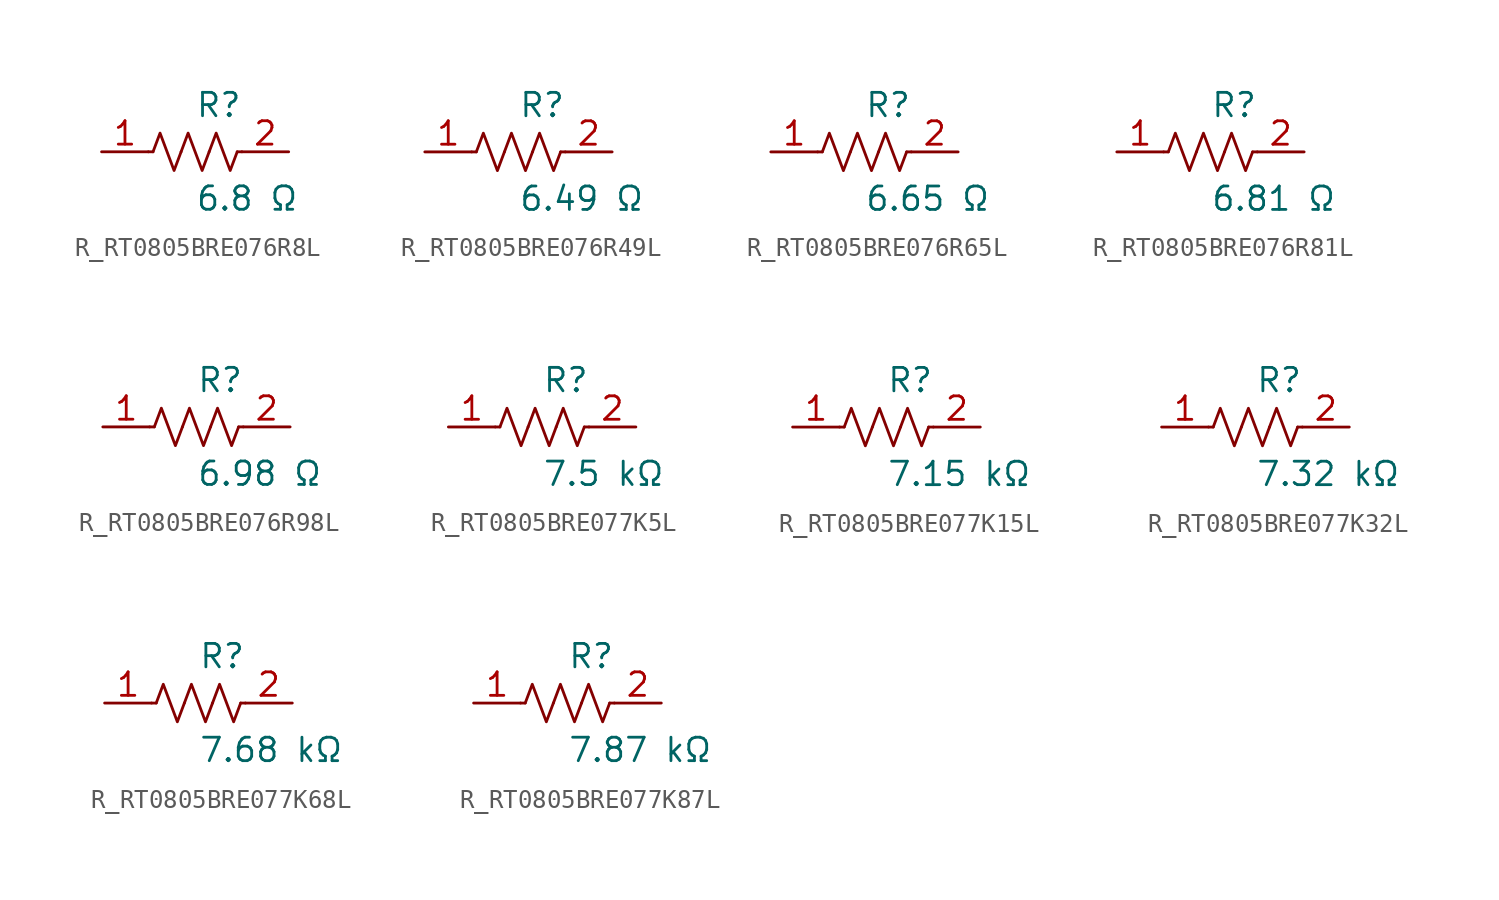
<source format=kicad_sym>
(kicad_symbol_lib
  (version 20231120)
  (generator kicad_symbol_editor)
  (generator_version 8.0)
  (symbol "R_RT0805BRE076R8L"
    (pin_names
      (offset 0.254))
    (property "Reference" "R"
      (at 0.0 2.54 0)
      (effects (font (size 1.27 1.27)) (justify left)))
    (property "Value" "6.8 Ω"
      (at 0.0 -2.54 0)
      (effects (font (size 1.27 1.27)) (justify left)))
    (symbol "R_RT0805BRE076R8L_0_1"
      (polyline (pts (xy 2.286 0) (xy 2.54 0)) (stroke (width 0) (type default)) (fill (type none)))
      (polyline (pts (xy -2.286 0) (xy -2.54 0)) (stroke (width 0) (type default)) (fill (type none)))
      (polyline (pts (xy 0.762 0) (xy 1.143 1.016) (xy 1.524 0) (xy 1.905 -1.016) (xy 2.286 0)) (stroke (width 0) (type default)) (fill (type none)))
      (polyline (pts (xy -0.762 0) (xy -0.381 1.016) (xy 0 0) (xy 0.381 -1.016) (xy 0.762 0)) (stroke (width 0) (type default)) (fill (type none)))
      (polyline (pts (xy -2.286 0) (xy -1.905 1.016) (xy -1.524 0) (xy -1.143 -1.016) (xy -0.762 0)) (stroke (width 0) (type default)) (fill (type none))))
    (pin unspecified line
      (at -5.08 0 0)
      (length 2.54)
      (name "" (effects (font (size 1.27 1.27))))
      (number "1" (effects (font (size 1.27 1.27)))))
    (pin unspecified line
      (at 5.08 0 180)
      (length 2.54)
      (name "" (effects (font (size 1.27 1.27))))
      (number "2" (effects (font (size 1.27 1.27))))))
  (symbol "R_RT0805BRE076R49L"
    (pin_names
      (offset 0.254))
    (property "Reference" "R"
      (at 0.0 2.54 0)
      (effects (font (size 1.27 1.27)) (justify left)))
    (property "Value" "6.49 Ω"
      (at 0.0 -2.54 0)
      (effects (font (size 1.27 1.27)) (justify left)))
    (symbol "R_RT0805BRE076R49L_0_1"
      (polyline (pts (xy 2.286 0) (xy 2.54 0)) (stroke (width 0) (type default)) (fill (type none)))
      (polyline (pts (xy -2.286 0) (xy -2.54 0)) (stroke (width 0) (type default)) (fill (type none)))
      (polyline (pts (xy 0.762 0) (xy 1.143 1.016) (xy 1.524 0) (xy 1.905 -1.016) (xy 2.286 0)) (stroke (width 0) (type default)) (fill (type none)))
      (polyline (pts (xy -0.762 0) (xy -0.381 1.016) (xy 0 0) (xy 0.381 -1.016) (xy 0.762 0)) (stroke (width 0) (type default)) (fill (type none)))
      (polyline (pts (xy -2.286 0) (xy -1.905 1.016) (xy -1.524 0) (xy -1.143 -1.016) (xy -0.762 0)) (stroke (width 0) (type default)) (fill (type none))))
    (pin unspecified line
      (at -5.08 0 0)
      (length 2.54)
      (name "" (effects (font (size 1.27 1.27))))
      (number "1" (effects (font (size 1.27 1.27)))))
    (pin unspecified line
      (at 5.08 0 180)
      (length 2.54)
      (name "" (effects (font (size 1.27 1.27))))
      (number "2" (effects (font (size 1.27 1.27))))))
  (symbol "R_RT0805BRE076R65L"
    (pin_names
      (offset 0.254))
    (property "Reference" "R"
      (at 0.0 2.54 0)
      (effects (font (size 1.27 1.27)) (justify left)))
    (property "Value" "6.65 Ω"
      (at 0.0 -2.54 0)
      (effects (font (size 1.27 1.27)) (justify left)))
    (symbol "R_RT0805BRE076R65L_0_1"
      (polyline (pts (xy 2.286 0) (xy 2.54 0)) (stroke (width 0) (type default)) (fill (type none)))
      (polyline (pts (xy -2.286 0) (xy -2.54 0)) (stroke (width 0) (type default)) (fill (type none)))
      (polyline (pts (xy 0.762 0) (xy 1.143 1.016) (xy 1.524 0) (xy 1.905 -1.016) (xy 2.286 0)) (stroke (width 0) (type default)) (fill (type none)))
      (polyline (pts (xy -0.762 0) (xy -0.381 1.016) (xy 0 0) (xy 0.381 -1.016) (xy 0.762 0)) (stroke (width 0) (type default)) (fill (type none)))
      (polyline (pts (xy -2.286 0) (xy -1.905 1.016) (xy -1.524 0) (xy -1.143 -1.016) (xy -0.762 0)) (stroke (width 0) (type default)) (fill (type none))))
    (pin unspecified line
      (at -5.08 0 0)
      (length 2.54)
      (name "" (effects (font (size 1.27 1.27))))
      (number "1" (effects (font (size 1.27 1.27)))))
    (pin unspecified line
      (at 5.08 0 180)
      (length 2.54)
      (name "" (effects (font (size 1.27 1.27))))
      (number "2" (effects (font (size 1.27 1.27))))))
  (symbol "R_RT0805BRE076R81L"
    (pin_names
      (offset 0.254))
    (property "Reference" "R"
      (at 0.0 2.54 0)
      (effects (font (size 1.27 1.27)) (justify left)))
    (property "Value" "6.81 Ω"
      (at 0.0 -2.54 0)
      (effects (font (size 1.27 1.27)) (justify left)))
    (symbol "R_RT0805BRE076R81L_0_1"
      (polyline (pts (xy 2.286 0) (xy 2.54 0)) (stroke (width 0) (type default)) (fill (type none)))
      (polyline (pts (xy -2.286 0) (xy -2.54 0)) (stroke (width 0) (type default)) (fill (type none)))
      (polyline (pts (xy 0.762 0) (xy 1.143 1.016) (xy 1.524 0) (xy 1.905 -1.016) (xy 2.286 0)) (stroke (width 0) (type default)) (fill (type none)))
      (polyline (pts (xy -0.762 0) (xy -0.381 1.016) (xy 0 0) (xy 0.381 -1.016) (xy 0.762 0)) (stroke (width 0) (type default)) (fill (type none)))
      (polyline (pts (xy -2.286 0) (xy -1.905 1.016) (xy -1.524 0) (xy -1.143 -1.016) (xy -0.762 0)) (stroke (width 0) (type default)) (fill (type none))))
    (pin unspecified line
      (at -5.08 0 0)
      (length 2.54)
      (name "" (effects (font (size 1.27 1.27))))
      (number "1" (effects (font (size 1.27 1.27)))))
    (pin unspecified line
      (at 5.08 0 180)
      (length 2.54)
      (name "" (effects (font (size 1.27 1.27))))
      (number "2" (effects (font (size 1.27 1.27))))))
  (symbol "R_RT0805BRE076R98L"
    (pin_names
      (offset 0.254))
    (property "Reference" "R"
      (at 0.0 2.54 0)
      (effects (font (size 1.27 1.27)) (justify left)))
    (property "Value" "6.98 Ω"
      (at 0.0 -2.54 0)
      (effects (font (size 1.27 1.27)) (justify left)))
    (symbol "R_RT0805BRE076R98L_0_1"
      (polyline (pts (xy 2.286 0) (xy 2.54 0)) (stroke (width 0) (type default)) (fill (type none)))
      (polyline (pts (xy -2.286 0) (xy -2.54 0)) (stroke (width 0) (type default)) (fill (type none)))
      (polyline (pts (xy 0.762 0) (xy 1.143 1.016) (xy 1.524 0) (xy 1.905 -1.016) (xy 2.286 0)) (stroke (width 0) (type default)) (fill (type none)))
      (polyline (pts (xy -0.762 0) (xy -0.381 1.016) (xy 0 0) (xy 0.381 -1.016) (xy 0.762 0)) (stroke (width 0) (type default)) (fill (type none)))
      (polyline (pts (xy -2.286 0) (xy -1.905 1.016) (xy -1.524 0) (xy -1.143 -1.016) (xy -0.762 0)) (stroke (width 0) (type default)) (fill (type none))))
    (pin unspecified line
      (at -5.08 0 0)
      (length 2.54)
      (name "" (effects (font (size 1.27 1.27))))
      (number "1" (effects (font (size 1.27 1.27)))))
    (pin unspecified line
      (at 5.08 0 180)
      (length 2.54)
      (name "" (effects (font (size 1.27 1.27))))
      (number "2" (effects (font (size 1.27 1.27))))))
  (symbol "R_RT0805BRE077K5L"
    (pin_names
      (offset 0.254))
    (property "Reference" "R"
      (at 0.0 2.54 0)
      (effects (font (size 1.27 1.27)) (justify left)))
    (property "Value" "7.5 kΩ"
      (at 0.0 -2.54 0)
      (effects (font (size 1.27 1.27)) (justify left)))
    (symbol "R_RT0805BRE077K5L_0_1"
      (polyline (pts (xy 2.286 0) (xy 2.54 0)) (stroke (width 0) (type default)) (fill (type none)))
      (polyline (pts (xy -2.286 0) (xy -2.54 0)) (stroke (width 0) (type default)) (fill (type none)))
      (polyline (pts (xy 0.762 0) (xy 1.143 1.016) (xy 1.524 0) (xy 1.905 -1.016) (xy 2.286 0)) (stroke (width 0) (type default)) (fill (type none)))
      (polyline (pts (xy -0.762 0) (xy -0.381 1.016) (xy 0 0) (xy 0.381 -1.016) (xy 0.762 0)) (stroke (width 0) (type default)) (fill (type none)))
      (polyline (pts (xy -2.286 0) (xy -1.905 1.016) (xy -1.524 0) (xy -1.143 -1.016) (xy -0.762 0)) (stroke (width 0) (type default)) (fill (type none))))
    (pin unspecified line
      (at -5.08 0 0)
      (length 2.54)
      (name "" (effects (font (size 1.27 1.27))))
      (number "1" (effects (font (size 1.27 1.27)))))
    (pin unspecified line
      (at 5.08 0 180)
      (length 2.54)
      (name "" (effects (font (size 1.27 1.27))))
      (number "2" (effects (font (size 1.27 1.27))))))
  (symbol "R_RT0805BRE077K15L"
    (pin_names
      (offset 0.254))
    (property "Reference" "R"
      (at 0.0 2.54 0)
      (effects (font (size 1.27 1.27)) (justify left)))
    (property "Value" "7.15 kΩ"
      (at 0.0 -2.54 0)
      (effects (font (size 1.27 1.27)) (justify left)))
    (symbol "R_RT0805BRE077K15L_0_1"
      (polyline (pts (xy 2.286 0) (xy 2.54 0)) (stroke (width 0) (type default)) (fill (type none)))
      (polyline (pts (xy -2.286 0) (xy -2.54 0)) (stroke (width 0) (type default)) (fill (type none)))
      (polyline (pts (xy 0.762 0) (xy 1.143 1.016) (xy 1.524 0) (xy 1.905 -1.016) (xy 2.286 0)) (stroke (width 0) (type default)) (fill (type none)))
      (polyline (pts (xy -0.762 0) (xy -0.381 1.016) (xy 0 0) (xy 0.381 -1.016) (xy 0.762 0)) (stroke (width 0) (type default)) (fill (type none)))
      (polyline (pts (xy -2.286 0) (xy -1.905 1.016) (xy -1.524 0) (xy -1.143 -1.016) (xy -0.762 0)) (stroke (width 0) (type default)) (fill (type none))))
    (pin unspecified line
      (at -5.08 0 0)
      (length 2.54)
      (name "" (effects (font (size 1.27 1.27))))
      (number "1" (effects (font (size 1.27 1.27)))))
    (pin unspecified line
      (at 5.08 0 180)
      (length 2.54)
      (name "" (effects (font (size 1.27 1.27))))
      (number "2" (effects (font (size 1.27 1.27))))))
  (symbol "R_RT0805BRE077K32L"
    (pin_names
      (offset 0.254))
    (property "Reference" "R"
      (at 0.0 2.54 0)
      (effects (font (size 1.27 1.27)) (justify left)))
    (property "Value" "7.32 kΩ"
      (at 0.0 -2.54 0)
      (effects (font (size 1.27 1.27)) (justify left)))
    (symbol "R_RT0805BRE077K32L_0_1"
      (polyline (pts (xy 2.286 0) (xy 2.54 0)) (stroke (width 0) (type default)) (fill (type none)))
      (polyline (pts (xy -2.286 0) (xy -2.54 0)) (stroke (width 0) (type default)) (fill (type none)))
      (polyline (pts (xy 0.762 0) (xy 1.143 1.016) (xy 1.524 0) (xy 1.905 -1.016) (xy 2.286 0)) (stroke (width 0) (type default)) (fill (type none)))
      (polyline (pts (xy -0.762 0) (xy -0.381 1.016) (xy 0 0) (xy 0.381 -1.016) (xy 0.762 0)) (stroke (width 0) (type default)) (fill (type none)))
      (polyline (pts (xy -2.286 0) (xy -1.905 1.016) (xy -1.524 0) (xy -1.143 -1.016) (xy -0.762 0)) (stroke (width 0) (type default)) (fill (type none))))
    (pin unspecified line
      (at -5.08 0 0)
      (length 2.54)
      (name "" (effects (font (size 1.27 1.27))))
      (number "1" (effects (font (size 1.27 1.27)))))
    (pin unspecified line
      (at 5.08 0 180)
      (length 2.54)
      (name "" (effects (font (size 1.27 1.27))))
      (number "2" (effects (font (size 1.27 1.27))))))
  (symbol "R_RT0805BRE077K68L"
    (pin_names
      (offset 0.254))
    (property "Reference" "R"
      (at 0.0 2.54 0)
      (effects (font (size 1.27 1.27)) (justify left)))
    (property "Value" "7.68 kΩ"
      (at 0.0 -2.54 0)
      (effects (font (size 1.27 1.27)) (justify left)))
    (symbol "R_RT0805BRE077K68L_0_1"
      (polyline (pts (xy 2.286 0) (xy 2.54 0)) (stroke (width 0) (type default)) (fill (type none)))
      (polyline (pts (xy -2.286 0) (xy -2.54 0)) (stroke (width 0) (type default)) (fill (type none)))
      (polyline (pts (xy 0.762 0) (xy 1.143 1.016) (xy 1.524 0) (xy 1.905 -1.016) (xy 2.286 0)) (stroke (width 0) (type default)) (fill (type none)))
      (polyline (pts (xy -0.762 0) (xy -0.381 1.016) (xy 0 0) (xy 0.381 -1.016) (xy 0.762 0)) (stroke (width 0) (type default)) (fill (type none)))
      (polyline (pts (xy -2.286 0) (xy -1.905 1.016) (xy -1.524 0) (xy -1.143 -1.016) (xy -0.762 0)) (stroke (width 0) (type default)) (fill (type none))))
    (pin unspecified line
      (at -5.08 0 0)
      (length 2.54)
      (name "" (effects (font (size 1.27 1.27))))
      (number "1" (effects (font (size 1.27 1.27)))))
    (pin unspecified line
      (at 5.08 0 180)
      (length 2.54)
      (name "" (effects (font (size 1.27 1.27))))
      (number "2" (effects (font (size 1.27 1.27))))))
  (symbol "R_RT0805BRE077K87L"
    (pin_names
      (offset 0.254))
    (property "Reference" "R"
      (at 0.0 2.54 0)
      (effects (font (size 1.27 1.27)) (justify left)))
    (property "Value" "7.87 kΩ"
      (at 0.0 -2.54 0)
      (effects (font (size 1.27 1.27)) (justify left)))
    (symbol "R_RT0805BRE077K87L_0_1"
      (polyline (pts (xy 2.286 0) (xy 2.54 0)) (stroke (width 0) (type default)) (fill (type none)))
      (polyline (pts (xy -2.286 0) (xy -2.54 0)) (stroke (width 0) (type default)) (fill (type none)))
      (polyline (pts (xy 0.762 0) (xy 1.143 1.016) (xy 1.524 0) (xy 1.905 -1.016) (xy 2.286 0)) (stroke (width 0) (type default)) (fill (type none)))
      (polyline (pts (xy -0.762 0) (xy -0.381 1.016) (xy 0 0) (xy 0.381 -1.016) (xy 0.762 0)) (stroke (width 0) (type default)) (fill (type none)))
      (polyline (pts (xy -2.286 0) (xy -1.905 1.016) (xy -1.524 0) (xy -1.143 -1.016) (xy -0.762 0)) (stroke (width 0) (type default)) (fill (type none))))
    (pin unspecified line
      (at -5.08 0 0)
      (length 2.54)
      (name "" (effects (font (size 1.27 1.27))))
      (number "1" (effects (font (size 1.27 1.27)))))
    (pin unspecified line
      (at 5.08 0 180)
      (length 2.54)
      (name "" (effects (font (size 1.27 1.27))))
      (number "2" (effects (font (size 1.27 1.27)))))))
</source>
